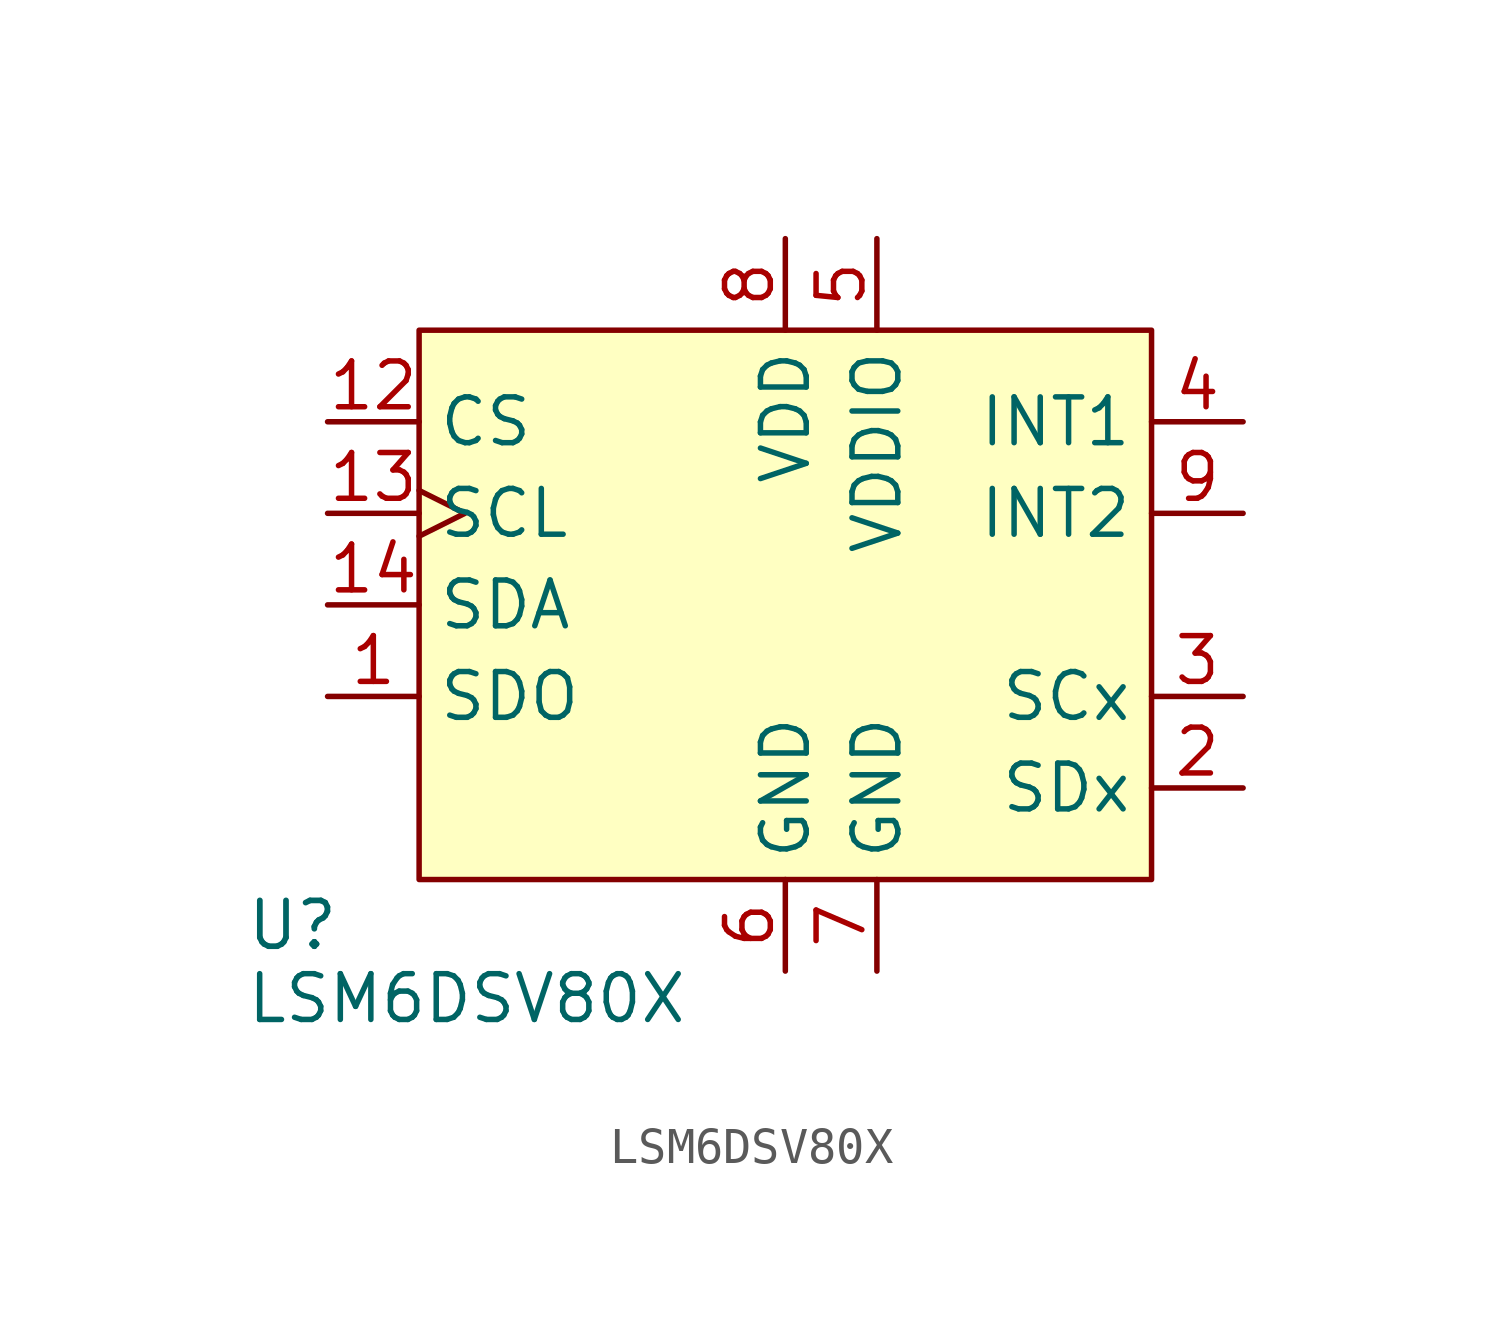
<source format=kicad_sym>
(kicad_symbol_lib
  (version 20241209)
  (generator "kicad_symbol_editor")
  (generator_version "9.0")
  (symbol "LSM6DSV80X"
    (property "Reference" "U"
      (at -14.986 -6.35 0)
      (effects (font (size 1.27 1.27) (thickness 0.159)) (justify left)))
    (property "Value" "LSM6DSV80X"
      (at -14.986 -8.382 0)
      (effects (font (size 1.27 1.27)) (justify left)))
    (symbol "LSM6DSV80X_0_0"
      (pin unspecified line (at -12.7 7.62 0) (length 2.54) (name "CS" (effects (font (size 1.27 1.27)))) (number "12" (effects (font (size 1.27 1.27)))))
      (pin unspecified line (at 0 12.7 270) (length 2.54) (name "VDD" (effects (font (size 1.27 1.27)))) (number "8" (effects (font (size 1.27 1.27)))))
      (pin unspecified line (at 0 -7.62 90) (length 2.54) (name "GND" (effects (font (size 1.27 1.27)))) (number "6" (effects (font (size 1.27 1.27)))))
      (pin unspecified line (at 2.54 12.7 270) (length 2.54) (name "VDDIO" (effects (font (size 1.27 1.27)))) (number "5" (effects (font (size 1.27 1.27)))))
      (pin unspecified line (at 2.54 -7.62 90) (length 2.54) (name "GND" (effects (font (size 1.27 1.27)))) (number "7" (effects (font (size 1.27 1.27)))))
      (pin unspecified line (at 12.7 7.62 180) (length 2.54) (name "INT1" (effects (font (size 1.27 1.27)))) (number "4" (effects (font (size 1.27 1.27)))))
      (pin unspecified line (at 12.7 5.08 180) (length 2.54) (name "INT2" (effects (font (size 1.27 1.27)))) (number "9" (effects (font (size 1.27 1.27)))))
      (pin unspecified line (at 12.7 0 180) (length 2.54) (name "SCx" (effects (font (size 1.27 1.27)))) (number "3" (effects (font (size 1.27 1.27)))))
      (pin unspecified line (at 12.7 -2.54 180) (length 2.54) (name "SDx" (effects (font (size 1.27 1.27)))) (number "2" (effects (font (size 1.27 1.27))))))
    (symbol "LSM6DSV80X_1_0"
      (pin unspecified clock (at -12.7 5.08 0) (length 2.54) (name "SCL" (effects (font (size 1.27 1.27)))) (number "13" (effects (font (size 1.27 1.27)))) (alternate "SPC" unspecified clock))
      (pin unspecified line (at -12.7 2.54 0) (length 2.54) (name "SDA" (effects (font (size 1.27 1.27)))) (number "14" (effects (font (size 1.27 1.27)))) (alternate "SDI" unspecified line) (alternate "SDO" unspecified line))
      (pin unspecified line (at -12.7 0 0) (length 2.54) (name "SDO" (effects (font (size 1.27 1.27)))) (number "1" (effects (font (size 1.27 1.27)))) (alternate "TA0" unspecified line))
      (pin no_connect line (at 5.08 -7.62 90) (length 2.54) (hide yes) (name "NC" (effects (font (size 1.27 1.27)))) (number "10" (effects (font (size 1.27 1.27)))))
      (pin no_connect line (at 7.62 -7.62 90) (length 2.54) (hide yes) (name "NC" (effects (font (size 1.27 1.27)))) (number "11" (effects (font (size 1.27 1.27))))))
    (symbol "LSM6DSV80X_1_1"
      (rectangle (start -10.16 10.16) (end 10.16 -5.08) (stroke (width 0) (type solid)) (fill (type background))))))
</source>
